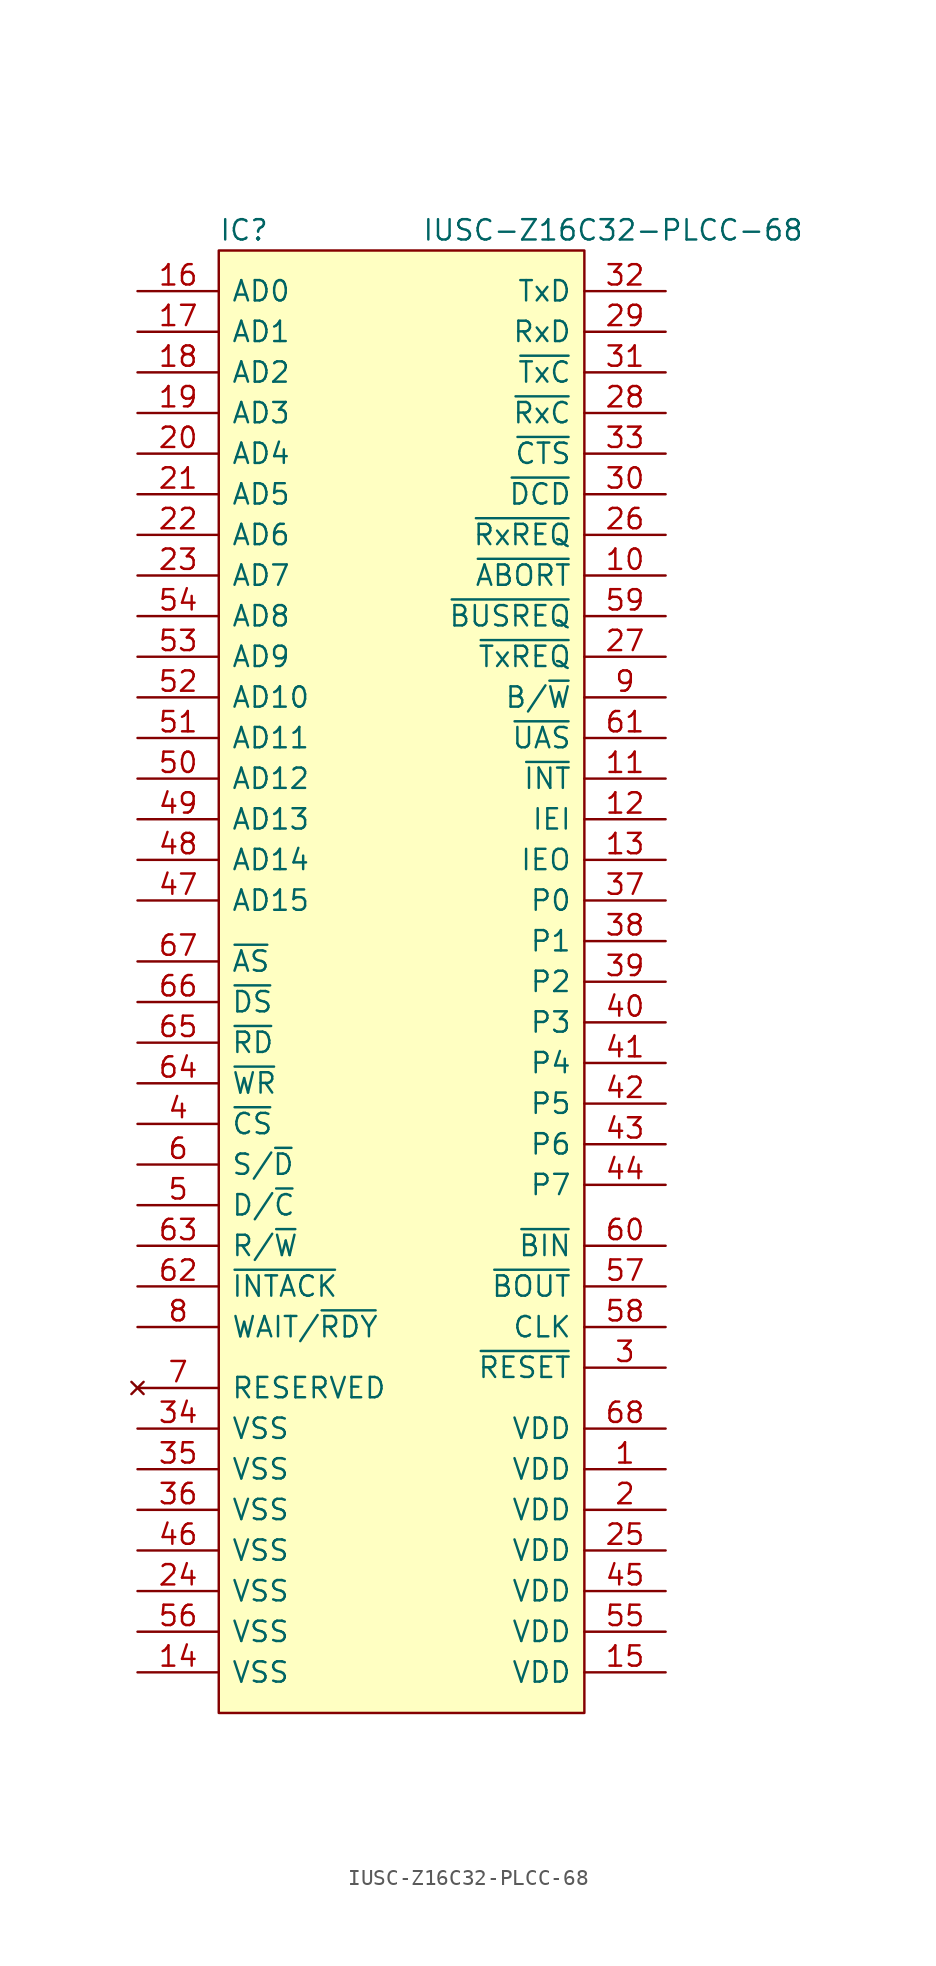
<source format=kicad_sym>
(kicad_symbol_lib
  (version 20211014)
  (generator kicad_symbol_editor)
  (symbol "IUSC-Z16C32-PLCC-68"
    (pin_names
      (offset 0.762))
    (property "Reference" "IC"
      (at 0 1.27 0)
      (effects (font (size 1.27 1.27)) (justify left)))
    (property "Value" "IUSC-Z16C32-PLCC-68"
      (at 12.7 1.27 0)
      (effects (font (size 1.27 1.27)) (justify left)))
    (symbol "IUSC-Z16C32-PLCC-68_0_0"
      (pin power_in line (at 27.94 -76.2 180) (length 5.08) (name "VDD" (effects (font (size 1.27 1.27)))) (number "1" (effects (font (size 1.27 1.27)))))
      (pin bidirectional line (at 27.94 -20.32 180) (length 5.08) (name "~{ABORT}" (effects (font (size 1.27 1.27)))) (number "10" (effects (font (size 1.27 1.27)))))
      (pin output line (at 27.94 -33.02 180) (length 5.08) (name "~{INT}" (effects (font (size 1.27 1.27)))) (number "11" (effects (font (size 1.27 1.27)))))
      (pin input line (at 27.94 -35.56 180) (length 5.08) (name "IEI" (effects (font (size 1.27 1.27)))) (number "12" (effects (font (size 1.27 1.27)))))
      (pin output line (at 27.94 -38.1 180) (length 5.08) (name "IEO" (effects (font (size 1.27 1.27)))) (number "13" (effects (font (size 1.27 1.27)))))
      (pin power_in line (at -5.08 -88.9 0) (length 5.08) (name "VSS" (effects (font (size 1.27 1.27)))) (number "14" (effects (font (size 1.27 1.27)))))
      (pin power_in line (at 27.94 -88.9 180) (length 5.08) (name "VDD" (effects (font (size 1.27 1.27)))) (number "15" (effects (font (size 1.27 1.27)))))
      (pin bidirectional line (at -5.08 -2.54 0) (length 5.08) (name "AD0" (effects (font (size 1.27 1.27)))) (number "16" (effects (font (size 1.27 1.27)))))
      (pin bidirectional line (at -5.08 -5.08 0) (length 5.08) (name "AD1" (effects (font (size 1.27 1.27)))) (number "17" (effects (font (size 1.27 1.27)))))
      (pin bidirectional line (at -5.08 -7.62 0) (length 5.08) (name "AD2" (effects (font (size 1.27 1.27)))) (number "18" (effects (font (size 1.27 1.27)))))
      (pin bidirectional line (at -5.08 -10.16 0) (length 5.08) (name "AD3" (effects (font (size 1.27 1.27)))) (number "19" (effects (font (size 1.27 1.27)))))
      (pin power_in line (at 27.94 -78.74 180) (length 5.08) (name "VDD" (effects (font (size 1.27 1.27)))) (number "2" (effects (font (size 1.27 1.27)))))
      (pin bidirectional line (at -5.08 -12.7 0) (length 5.08) (name "AD4" (effects (font (size 1.27 1.27)))) (number "20" (effects (font (size 1.27 1.27)))))
      (pin bidirectional line (at -5.08 -15.24 0) (length 5.08) (name "AD5" (effects (font (size 1.27 1.27)))) (number "21" (effects (font (size 1.27 1.27)))))
      (pin bidirectional line (at -5.08 -17.78 0) (length 5.08) (name "AD6" (effects (font (size 1.27 1.27)))) (number "22" (effects (font (size 1.27 1.27)))))
      (pin bidirectional line (at -5.08 -20.32 0) (length 5.08) (name "AD7" (effects (font (size 1.27 1.27)))) (number "23" (effects (font (size 1.27 1.27)))))
      (pin power_in line (at -5.08 -83.82 0) (length 5.08) (name "VSS" (effects (font (size 1.27 1.27)))) (number "24" (effects (font (size 1.27 1.27)))))
      (pin power_in line (at 27.94 -81.28 180) (length 5.08) (name "VDD" (effects (font (size 1.27 1.27)))) (number "25" (effects (font (size 1.27 1.27)))))
      (pin bidirectional line (at 27.94 -17.78 180) (length 5.08) (name "~{RxREQ}" (effects (font (size 1.27 1.27)))) (number "26" (effects (font (size 1.27 1.27)))))
      (pin bidirectional line (at 27.94 -25.4 180) (length 5.08) (name "~{TxREQ}" (effects (font (size 1.27 1.27)))) (number "27" (effects (font (size 1.27 1.27)))))
      (pin bidirectional line (at 27.94 -10.16 180) (length 5.08) (name "~{RxC}" (effects (font (size 1.27 1.27)))) (number "28" (effects (font (size 1.27 1.27)))))
      (pin input line (at 27.94 -5.08 180) (length 5.08) (name "RxD" (effects (font (size 1.27 1.27)))) (number "29" (effects (font (size 1.27 1.27)))))
      (pin input line (at 27.94 -69.85 180) (length 5.08) (name "~{RESET}" (effects (font (size 1.27 1.27)))) (number "3" (effects (font (size 1.27 1.27)))))
      (pin bidirectional line (at 27.94 -15.24 180) (length 5.08) (name "~{DCD}" (effects (font (size 1.27 1.27)))) (number "30" (effects (font (size 1.27 1.27)))))
      (pin bidirectional line (at 27.94 -7.62 180) (length 5.08) (name "~{TxC}" (effects (font (size 1.27 1.27)))) (number "31" (effects (font (size 1.27 1.27)))))
      (pin output line (at 27.94 -2.54 180) (length 5.08) (name "TxD" (effects (font (size 1.27 1.27)))) (number "32" (effects (font (size 1.27 1.27)))))
      (pin bidirectional line (at 27.94 -12.7 180) (length 5.08) (name "~{CTS}" (effects (font (size 1.27 1.27)))) (number "33" (effects (font (size 1.27 1.27)))))
      (pin power_in line (at -5.08 -73.66 0) (length 5.08) (name "VSS" (effects (font (size 1.27 1.27)))) (number "34" (effects (font (size 1.27 1.27)))))
      (pin power_in line (at -5.08 -76.2 0) (length 5.08) (name "VSS" (effects (font (size 1.27 1.27)))) (number "35" (effects (font (size 1.27 1.27)))))
      (pin power_in line (at -5.08 -78.74 0) (length 5.08) (name "VSS" (effects (font (size 1.27 1.27)))) (number "36" (effects (font (size 1.27 1.27)))))
      (pin bidirectional line (at 27.94 -40.64 180) (length 5.08) (name "P0" (effects (font (size 1.27 1.27)))) (number "37" (effects (font (size 1.27 1.27)))))
      (pin bidirectional line (at 27.94 -43.18 180) (length 5.08) (name "P1" (effects (font (size 1.27 1.27)))) (number "38" (effects (font (size 1.27 1.27)))))
      (pin bidirectional line (at 27.94 -45.72 180) (length 5.08) (name "P2" (effects (font (size 1.27 1.27)))) (number "39" (effects (font (size 1.27 1.27)))))
      (pin input line (at -5.08 -54.61 0) (length 5.08) (name "~{CS}" (effects (font (size 1.27 1.27)))) (number "4" (effects (font (size 1.27 1.27)))))
      (pin bidirectional line (at 27.94 -48.26 180) (length 5.08) (name "P3" (effects (font (size 1.27 1.27)))) (number "40" (effects (font (size 1.27 1.27)))))
      (pin bidirectional line (at 27.94 -50.8 180) (length 5.08) (name "P4" (effects (font (size 1.27 1.27)))) (number "41" (effects (font (size 1.27 1.27)))))
      (pin bidirectional line (at 27.94 -53.34 180) (length 5.08) (name "P5" (effects (font (size 1.27 1.27)))) (number "42" (effects (font (size 1.27 1.27)))))
      (pin bidirectional line (at 27.94 -55.88 180) (length 5.08) (name "P6" (effects (font (size 1.27 1.27)))) (number "43" (effects (font (size 1.27 1.27)))))
      (pin bidirectional line (at 27.94 -58.42 180) (length 5.08) (name "P7" (effects (font (size 1.27 1.27)))) (number "44" (effects (font (size 1.27 1.27)))))
      (pin power_in line (at 27.94 -83.82 180) (length 5.08) (name "VDD" (effects (font (size 1.27 1.27)))) (number "45" (effects (font (size 1.27 1.27)))))
      (pin power_in line (at -5.08 -81.28 0) (length 5.08) (name "VSS" (effects (font (size 1.27 1.27)))) (number "46" (effects (font (size 1.27 1.27)))))
      (pin bidirectional line (at -5.08 -40.64 0) (length 5.08) (name "AD15" (effects (font (size 1.27 1.27)))) (number "47" (effects (font (size 1.27 1.27)))))
      (pin bidirectional line (at -5.08 -38.1 0) (length 5.08) (name "AD14" (effects (font (size 1.27 1.27)))) (number "48" (effects (font (size 1.27 1.27)))))
      (pin bidirectional line (at -5.08 -35.56 0) (length 5.08) (name "AD13" (effects (font (size 1.27 1.27)))) (number "49" (effects (font (size 1.27 1.27)))))
      (pin input line (at -5.08 -59.69 0) (length 5.08) (name "D/~{C}" (effects (font (size 1.27 1.27)))) (number "5" (effects (font (size 1.27 1.27)))))
      (pin bidirectional line (at -5.08 -33.02 0) (length 5.08) (name "AD12" (effects (font (size 1.27 1.27)))) (number "50" (effects (font (size 1.27 1.27)))))
      (pin bidirectional line (at -5.08 -30.48 0) (length 5.08) (name "AD11" (effects (font (size 1.27 1.27)))) (number "51" (effects (font (size 1.27 1.27)))))
      (pin bidirectional line (at -5.08 -27.94 0) (length 5.08) (name "AD10" (effects (font (size 1.27 1.27)))) (number "52" (effects (font (size 1.27 1.27)))))
      (pin bidirectional line (at -5.08 -25.4 0) (length 5.08) (name "AD9" (effects (font (size 1.27 1.27)))) (number "53" (effects (font (size 1.27 1.27)))))
      (pin bidirectional line (at -5.08 -22.86 0) (length 5.08) (name "AD8" (effects (font (size 1.27 1.27)))) (number "54" (effects (font (size 1.27 1.27)))))
      (pin power_in line (at 27.94 -86.36 180) (length 5.08) (name "VDD" (effects (font (size 1.27 1.27)))) (number "55" (effects (font (size 1.27 1.27)))))
      (pin power_in line (at -5.08 -86.36 0) (length 5.08) (name "VSS" (effects (font (size 1.27 1.27)))) (number "56" (effects (font (size 1.27 1.27)))))
      (pin output line (at 27.94 -64.77 180) (length 5.08) (name "~{BOUT}" (effects (font (size 1.27 1.27)))) (number "57" (effects (font (size 1.27 1.27)))))
      (pin input line (at 27.94 -67.31 180) (length 5.08) (name "CLK" (effects (font (size 1.27 1.27)))) (number "58" (effects (font (size 1.27 1.27)))))
      (pin output line (at 27.94 -22.86 180) (length 5.08) (name "~{BUSREQ}" (effects (font (size 1.27 1.27)))) (number "59" (effects (font (size 1.27 1.27)))))
      (pin input line (at -5.08 -57.15 0) (length 5.08) (name "S/~{D}" (effects (font (size 1.27 1.27)))) (number "6" (effects (font (size 1.27 1.27)))))
      (pin input line (at 27.94 -62.23 180) (length 5.08) (name "~{BIN}" (effects (font (size 1.27 1.27)))) (number "60" (effects (font (size 1.27 1.27)))))
      (pin bidirectional line (at 27.94 -30.48 180) (length 5.08) (name "~{UAS}" (effects (font (size 1.27 1.27)))) (number "61" (effects (font (size 1.27 1.27)))))
      (pin input line (at -5.08 -64.77 0) (length 5.08) (name "~{INTACK}" (effects (font (size 1.27 1.27)))) (number "62" (effects (font (size 1.27 1.27)))))
      (pin input line (at -5.08 -62.23 0) (length 5.08) (name "R/~{W}" (effects (font (size 1.27 1.27)))) (number "63" (effects (font (size 1.27 1.27)))))
      (pin input line (at -5.08 -52.07 0) (length 5.08) (name "~{WR}" (effects (font (size 1.27 1.27)))) (number "64" (effects (font (size 1.27 1.27)))))
      (pin input line (at -5.08 -49.53 0) (length 5.08) (name "~{RD}" (effects (font (size 1.27 1.27)))) (number "65" (effects (font (size 1.27 1.27)))))
      (pin input line (at -5.08 -46.99 0) (length 5.08) (name "~{DS}" (effects (font (size 1.27 1.27)))) (number "66" (effects (font (size 1.27 1.27)))))
      (pin input line (at -5.08 -44.45 0) (length 5.08) (name "~{AS}" (effects (font (size 1.27 1.27)))) (number "67" (effects (font (size 1.27 1.27)))))
      (pin power_in line (at 27.94 -73.66 180) (length 5.08) (name "VDD" (effects (font (size 1.27 1.27)))) (number "68" (effects (font (size 1.27 1.27)))))
      (pin no_connect line (at -5.08 -71.12 0) (length 5.08) (name "RESERVED" (effects (font (size 1.27 1.27)))) (number "7" (effects (font (size 1.27 1.27)))))
      (pin output line (at -5.08 -67.31 0) (length 5.08) (name "WAIT/~{RDY}" (effects (font (size 1.27 1.27)))) (number "8" (effects (font (size 1.27 1.27)))))
      (pin bidirectional line (at 27.94 -27.94 180) (length 5.08) (name "B/~{W}" (effects (font (size 1.27 1.27)))) (number "9" (effects (font (size 1.27 1.27))))))
    (symbol "IUSC-Z16C32-PLCC-68_0_1"
      (rectangle (start 0 0) (end 22.86 -91.44) (stroke (width 0) (type default) (color 0 0 0 0)) (fill (type background))))))
</source>
